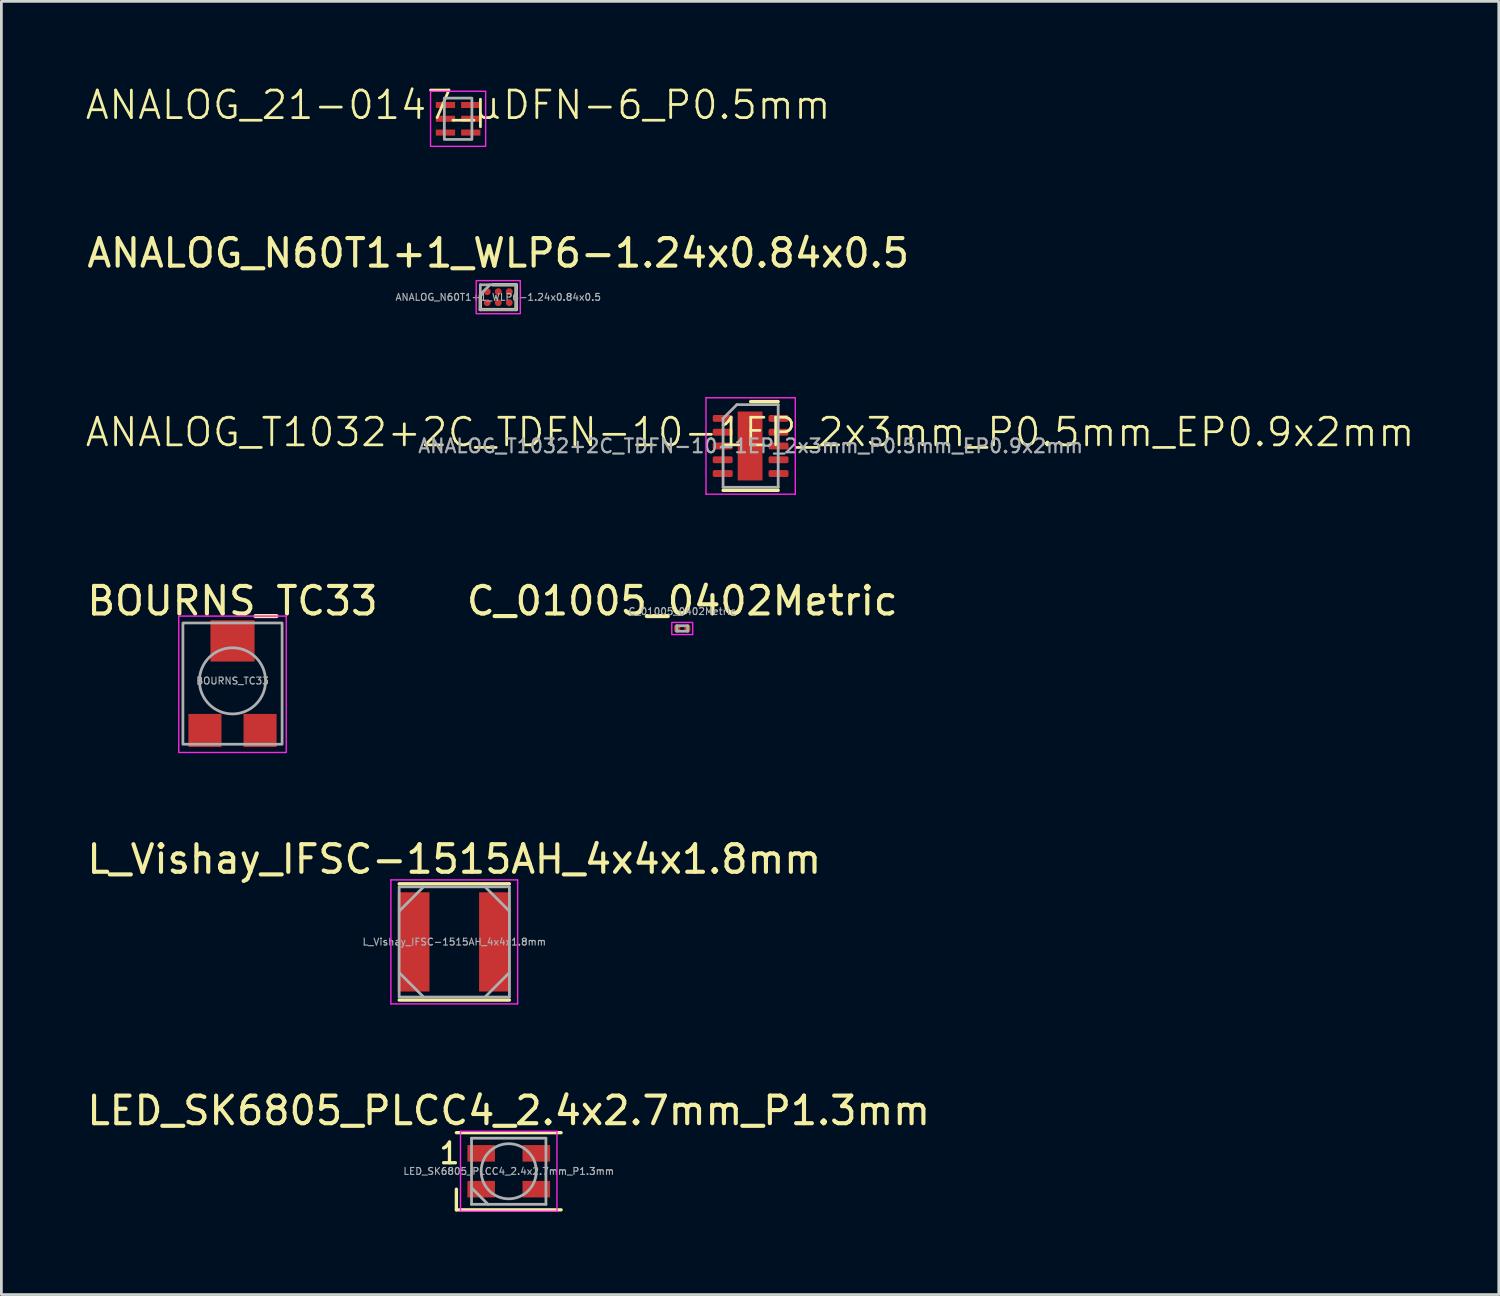
<source format=kicad_pcb>
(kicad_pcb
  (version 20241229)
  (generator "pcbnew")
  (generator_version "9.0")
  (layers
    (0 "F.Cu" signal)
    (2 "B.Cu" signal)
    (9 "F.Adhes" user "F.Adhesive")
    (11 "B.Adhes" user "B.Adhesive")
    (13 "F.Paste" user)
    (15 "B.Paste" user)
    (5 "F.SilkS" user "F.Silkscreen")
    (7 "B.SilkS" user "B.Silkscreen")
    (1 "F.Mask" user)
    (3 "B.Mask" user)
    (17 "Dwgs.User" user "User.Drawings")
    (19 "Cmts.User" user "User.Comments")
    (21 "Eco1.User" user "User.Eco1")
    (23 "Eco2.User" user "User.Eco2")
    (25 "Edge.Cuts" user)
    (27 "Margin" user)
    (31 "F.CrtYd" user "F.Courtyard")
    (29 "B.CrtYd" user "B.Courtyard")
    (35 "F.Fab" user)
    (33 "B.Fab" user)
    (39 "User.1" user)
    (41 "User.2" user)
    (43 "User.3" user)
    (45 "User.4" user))
  (footprint "ANALOG_N60T1+1_WLP6-1.24x0.84x0.5"
    (layer "F.Cu")
    (at 15.03 7.734)
    (property "Reference" "ANALOG_N60T1+1_WLP6-1.24x0.84x0.5" (at 0 -1.6 0) (unlocked yes) (layer "F.SilkS") (effects (font (size 1 1) (thickness 0.15))))
    (attr smd)
    (fp_line (start -0.65 0.45) (end -0.65 -0.05) (stroke (width 0.12) (type default)) (layer "F.SilkS"))
    (fp_line (start -0.2 -0.45) (end 0.65 -0.45) (stroke (width 0.12) (type default)) (layer "F.SilkS"))
    (fp_line (start 0.65 -0.45) (end 0.65 0.45) (stroke (width 0.12) (type default)) (layer "F.SilkS"))
    (fp_line (start 0.65 0.45) (end -0.65 0.45) (stroke (width 0.12) (type default)) (layer "F.SilkS"))
    (fp_rect (start -0.8 0.6) (end 0.8 -0.6) (stroke (width 0.05) (type default)) (fill no) (layer "F.CrtYd"))
    (fp_line (start -0.65 -0.45) (end 0.65 -0.45) (stroke (width 0.1) (type default)) (layer "F.Fab"))
    (fp_line (start -0.65 -0.1) (end -0.3 -0.45) (stroke (width 0.1) (type default)) (layer "F.Fab"))
    (fp_line (start -0.65 0.45) (end -0.65 -0.45) (stroke (width 0.1) (type default)) (layer "F.Fab"))
    (fp_line (start 0.65 -0.45) (end 0.65 0.45) (stroke (width 0.1) (type default)) (layer "F.Fab"))
    (fp_line (start 0.65 0.45) (end -0.65 0.45) (stroke (width 0.1) (type default)) (layer "F.Fab"))
    (fp_text user "${REFERENCE}" (at 0 0 0) (unlocked yes) (layer "F.Fab") (effects (font (size 0.25 0.25) (thickness 0.04))))
    (pad "A1" smd circle (at -0.4 -0.2 270) (size 0.25 0.25) (layers "F.Cu" "F.Mask" "F.Paste"))
    (pad "A2" smd circle (at 0 -0.2 270) (size 0.25 0.25) (layers "F.Cu" "F.Mask" "F.Paste"))
    (pad "A3" smd circle (at 0.4 -0.2 270) (size 0.25 0.25) (layers "F.Cu" "F.Mask" "F.Paste"))
    (pad "B1" smd circle (at -0.4 0.2 270) (size 0.25 0.25) (layers "F.Cu" "F.Mask" "F.Paste"))
    (pad "B2" smd circle (at 0 0.2 270) (size 0.25 0.25) (layers "F.Cu" "F.Mask" "F.Paste"))
    (pad "B3" smd circle (at 0.4 0.2 270) (size 0.25 0.25) (layers "F.Cu" "F.Mask" "F.Paste")))
  (footprint "ANALOG_T1032+2C_TDFN-10-1EP_2x3mm_P0.5mm_EP0.9x2mm"
    (layer "F.Cu")
    (at 24.169 13.134)
    (property "Reference" "ANALOG_T1032+2C_TDFN-10-1EP_2x3mm_P0.5mm_EP0.9x2mm" (at 0 -0.5 0) (unlocked yes) (layer "F.SilkS") (effects (font (size 1 1) (thickness 0.1))))
    (attr smd)
    (fp_line (start -0.98 1.61) (end 1.02 1.61) (stroke (width 0.12) (type solid)) (layer "F.SilkS"))
    (fp_line (start 0.02 -1.61) (end 1.02 -1.61) (stroke (width 0.12) (type solid)) (layer "F.SilkS"))
    (fp_line (start -1.6 -1.75) (end -1.6 1.75) (stroke (width 0.05) (type solid)) (layer "F.CrtYd"))
    (fp_line (start -1.6 1.75) (end 1.64 1.75) (stroke (width 0.05) (type solid)) (layer "F.CrtYd"))
    (fp_line (start 1.64 -1.75) (end -1.6 -1.75) (stroke (width 0.05) (type solid)) (layer "F.CrtYd"))
    (fp_line (start 1.64 1.75) (end 1.64 -1.75) (stroke (width 0.05) (type solid)) (layer "F.CrtYd"))
    (fp_line (start -0.98 -1) (end -0.48 -1.5) (stroke (width 0.1) (type solid)) (layer "F.Fab"))
    (fp_line (start -0.98 1.5) (end -0.98 -1) (stroke (width 0.1) (type solid)) (layer "F.Fab"))
    (fp_line (start -0.48 -1.5) (end 1.02 -1.5) (stroke (width 0.1) (type solid)) (layer "F.Fab"))
    (fp_line (start 1.02 -1.5) (end 1.02 1.5) (stroke (width 0.1) (type solid)) (layer "F.Fab"))
    (fp_line (start 1.02 1.5) (end -0.98 1.5) (stroke (width 0.1) (type solid)) (layer "F.Fab"))
    (fp_text user "${REFERENCE}" (at 0.02 0 0) (layer "F.Fab") (effects (font (size 0.5 0.5) (thickness 0.08))))
    (pad "" smd roundrect (at 0.02 -0.5) (size 0.73 0.81) (layers "F.Paste") (roundrect_rratio 0.25))
    (pad "" smd roundrect (at 0.02 0.5) (size 0.73 0.81) (layers "F.Paste") (roundrect_rratio 0.25))
    (pad "1" smd roundrect (at -0.993 -1) (size 0.725 0.25) (layers "F.Cu" "F.Mask" "F.Paste") (roundrect_rratio 0.25))
    (pad "2" smd roundrect (at -0.993 -0.5) (size 0.725 0.25) (layers "F.Cu" "F.Mask" "F.Paste") (roundrect_rratio 0.25))
    (pad "3" smd roundrect (at -0.993 0) (size 0.725 0.25) (layers "F.Cu" "F.Mask" "F.Paste") (roundrect_rratio 0.25))
    (pad "4" smd roundrect (at -0.993 0.5) (size 0.725 0.25) (layers "F.Cu" "F.Mask" "F.Paste") (roundrect_rratio 0.25))
    (pad "5" smd roundrect (at -0.993 1) (size 0.725 0.25) (layers "F.Cu" "F.Mask" "F.Paste") (roundrect_rratio 0.25))
    (pad "6" smd roundrect (at 1.032 1) (size 0.725 0.25) (layers "F.Cu" "F.Mask" "F.Paste") (roundrect_rratio 0.25))
    (pad "7" smd roundrect (at 1.032 0.5) (size 0.725 0.25) (layers "F.Cu" "F.Mask" "F.Paste") (roundrect_rratio 0.25))
    (pad "8" smd roundrect (at 1.032 0) (size 0.725 0.25) (layers "F.Cu" "F.Mask" "F.Paste") (roundrect_rratio 0.25))
    (pad "9" smd roundrect (at 1.032 -0.5) (size 0.725 0.25) (layers "F.Cu" "F.Mask" "F.Paste") (roundrect_rratio 0.25))
    (pad "10" smd roundrect (at 1.032 -1) (size 0.725 0.25) (layers "F.Cu" "F.Mask" "F.Paste") (roundrect_rratio 0.25))
    (pad "11" smd rect (at 0 0) (size 0.9 2.5) (layers "F.Cu" "F.Mask")))
  (footprint "L_Vishay_IFSC-1515AH_4x4x1.8mm"
    (layer "F.Cu")
    (at 13.435 31.13)
    (property "Reference" "L_Vishay_IFSC-1515AH_4x4x1.8mm" (at 0 -3 0) (layer "F.SilkS") (effects (font (size 1 1) (thickness 0.15))))
    (attr smd)
    (fp_line (start -2 -2.11) (end 2 -2.11) (stroke (width 0.12) (type solid)) (layer "F.SilkS"))
    (fp_line (start 2 2.11) (end -2 2.11) (stroke (width 0.12) (type solid)) (layer "F.SilkS"))
    (fp_line (start -2.3 -2.25) (end 2.3 -2.25) (stroke (width 0.05) (type solid)) (layer "F.CrtYd"))
    (fp_line (start -2.3 2.25) (end -2.3 -2.25) (stroke (width 0.05) (type solid)) (layer "F.CrtYd"))
    (fp_line (start 2.3 -2.25) (end 2.3 2.25) (stroke (width 0.05) (type solid)) (layer "F.CrtYd"))
    (fp_line (start 2.3 2.25) (end -2.3 2.25) (stroke (width 0.05) (type solid)) (layer "F.CrtYd"))
    (fp_line (start -2 -2) (end 2 -2) (stroke (width 0.1) (type solid)) (layer "F.Fab"))
    (fp_line (start -2 -1.115) (end -1.115 -2) (stroke (width 0.1) (type solid)) (layer "F.Fab"))
    (fp_line (start -2 2) (end -2 -2) (stroke (width 0.1) (type solid)) (layer "F.Fab"))
    (fp_line (start -1.115 2) (end -2 1.115) (stroke (width 0.1) (type solid)) (layer "F.Fab"))
    (fp_line (start 1.115 -2) (end 2 -1.115) (stroke (width 0.1) (type solid)) (layer "F.Fab"))
    (fp_line (start 2 -2) (end 2 2) (stroke (width 0.1) (type solid)) (layer "F.Fab"))
    (fp_line (start 2 1.115) (end 1.115 2) (stroke (width 0.1) (type solid)) (layer "F.Fab"))
    (fp_line (start 2 2) (end -2 2) (stroke (width 0.1) (type solid)) (layer "F.Fab"))
    (fp_text user "${REFERENCE}" (at 0 0 0) (unlocked yes) (layer "F.Fab") (effects (font (size 0.25 0.25) (thickness 0.04))))
    (pad "1" smd rect (at -1.475 0) (size 1.15 3.6) (layers "F.Cu" "F.Mask" "F.Paste"))
    (pad "2" smd rect (at 1.475 0) (size 1.15 3.6) (layers "F.Cu" "F.Mask" "F.Paste")))
  (footprint "LED_SK6805_PLCC4_2.4x2.7mm_P1.3mm"
    (layer "F.Cu")
    (at 15.411 39.453)
    (property "Reference" "LED_SK6805_PLCC4_2.4x2.7mm_P1.3mm" (at 0 -2.2 0) (layer "F.SilkS") (effects (font (size 1 1) (thickness 0.15))))
    (attr smd)
    (fp_line (start -1.9 -1.4) (end 1.9 -1.4) (stroke (width 0.12) (type solid)) (layer "F.SilkS"))
    (fp_line (start -1.9 1.4) (end -1.9 0.65) (stroke (width 0.12) (type solid)) (layer "F.SilkS"))
    (fp_line (start -1.9 1.4) (end 1.9 1.4) (stroke (width 0.12) (type solid)) (layer "F.SilkS"))
    (fp_line (start -1.75 -1.45) (end -1.75 1.45) (stroke (width 0.05) (type solid)) (layer "F.CrtYd"))
    (fp_line (start -1.75 1.45) (end 1.75 1.45) (stroke (width 0.05) (type solid)) (layer "F.CrtYd"))
    (fp_line (start 1.75 -1.45) (end -1.75 -1.45) (stroke (width 0.05) (type solid)) (layer "F.CrtYd"))
    (fp_line (start 1.75 1.45) (end 1.75 -1.45) (stroke (width 0.05) (type solid)) (layer "F.CrtYd"))
    (fp_line (start -1.35 -1.2) (end -1.35 1.2) (stroke (width 0.1) (type solid)) (layer "F.Fab"))
    (fp_line (start -1.35 0.6) (end -0.75 1.2) (stroke (width 0.1) (type solid)) (layer "F.Fab"))
    (fp_line (start -1.35 1.2) (end 1.35 1.2) (stroke (width 0.1) (type solid)) (layer "F.Fab"))
    (fp_line (start 1.35 -1.2) (end -1.35 -1.2) (stroke (width 0.1) (type solid)) (layer "F.Fab"))
    (fp_line (start 1.35 1.2) (end 1.35 -1.2) (stroke (width 0.1) (type solid)) (layer "F.Fab"))
    (fp_circle (center 0 0) (end 0 -1) (stroke (width 0.1) (type solid)) (fill no) (layer "F.Fab"))
    (fp_text user "1" (at -2.15 -0.65 0) (layer "F.SilkS") (effects (font (size 0.75 0.75) (thickness 0.12))))
    (fp_text user "${REFERENCE}" (at 0 0 0) (unlocked yes) (layer "F.Fab") (effects (font (size 0.25 0.25) (thickness 0.04))))
    (pad "1" smd rect (at -1 -0.65) (size 1 0.6) (layers "F.Cu" "F.Mask" "F.Paste"))
    (pad "2" smd rect (at -1 0.65) (size 1 0.6) (layers "F.Cu" "F.Mask" "F.Paste"))
    (pad "3" smd rect (at 1 0.65) (size 1 0.6) (layers "F.Cu" "F.Mask" "F.Paste"))
    (pad "4" smd rect (at 1 -0.65) (size 1 0.6) (layers "F.Cu" "F.Mask" "F.Paste")))
  (footprint "C_01005_0402Metric"
    (layer "F.Cu")
    (at 21.708 19.757)
    (property "Reference" "C_01005_0402Metric" (at 0 -1 0) (layer "F.SilkS") (effects (font (size 1 1) (thickness 0.15))))
    (attr smd)
    (fp_rect (start -0.38 -0.22) (end 0.38 0.22) (stroke (width 0.05) (type default)) (fill no) (layer "F.CrtYd"))
    (fp_line (start -0.2 -0.1) (end 0.2 -0.1) (stroke (width 0.1) (type solid)) (layer "F.Fab"))
    (fp_line (start -0.2 0.1) (end -0.2 -0.1) (stroke (width 0.1) (type solid)) (layer "F.Fab"))
    (fp_line (start 0.2 -0.1) (end 0.2 0.1) (stroke (width 0.1) (type solid)) (layer "F.Fab"))
    (fp_line (start 0.2 0.1) (end -0.2 0.1) (stroke (width 0.1) (type solid)) (layer "F.Fab"))
    (fp_text user "${REFERENCE}" (at 0 -0.62 0) (layer "F.Fab") (effects (font (size 0.25 0.25) (thickness 0.04))))
    (pad "" smd roundrect (at -0.201 0) (size 0.16 0.245) (layers "F.Paste") (roundrect_rratio 0.25))
    (pad "" smd roundrect (at 0.199 0.003) (size 0.16 0.245) (layers "F.Paste") (roundrect_rratio 0.25))
    (pad "1" smd roundrect (at -0.185 0) (size 0.22 0.25) (layers "F.Cu" "F.Mask") (roundrect_rratio 0.25))
    (pad "2" smd roundrect (at 0.185 0) (size 0.22 0.245) (layers "F.Cu" "F.Mask") (roundrect_rratio 0.25)))
  (footprint "BOURNS_TC33"
    (layer "F.Cu")
    (at 5.387 21.657)
    (property "Reference" "BOURNS_TC33" (at 0 -2.9 0) (unlocked yes) (layer "F.SilkS") (effects (font (size 1 1) (thickness 0.15))))
    (attr smd)
    (fp_rect (start -1.95 -2.35) (end 1.95 2.6) (stroke (width 0.05) (type default)) (fill no) (layer "F.CrtYd"))
    (fp_rect (start -1.8 -2.1) (end 1.8 2.3) (stroke (width 0.1) (type default)) (fill no) (layer "F.Fab"))
    (fp_circle (center 0 0) (end 0 1.2) (stroke (width 0.1) (type default)) (fill no) (layer "F.Fab"))
    (fp_text user "${REFERENCE}" (at 0 0 0) (unlocked yes) (layer "F.Fab") (effects (font (size 0.25 0.25) (thickness 0.04))))
    (pad "1" smd rect (at -1 1.8) (size 1.2 1.2) (layers "F.Cu" "F.Mask" "F.Paste"))
    (pad "2" smd rect (at 0 -1.45) (size 1.6 1.5) (layers "F.Cu" "F.Mask" "F.Paste"))
    (pad "3" smd rect (at 1 1.8) (size 1.2 1.2) (layers "F.Cu" "F.Mask" "F.Paste")))
  (footprint "ANALOG_21-0147_µDFN-6_P0.5mm"
    (layer "F.Cu")
    (at 13.574 1.26)
    (property "Reference" "ANALOG_21-0147_µDFN-6_P0.5mm" (at 0 -0.5 0) (unlocked yes) (layer "F.SilkS") (effects (font (size 1 1) (thickness 0.1))))
    (attr smd)
    (fp_rect (start -1 -1) (end 1 1) (stroke (width 0.05) (type default)) (fill no) (layer "F.CrtYd"))
    (fp_rect (start -0.5 -0.75) (end 0.5 0.75) (stroke (width 0.1) (type default)) (fill no) (layer "F.Fab"))
    (pad "1" smd rect (at -0.46 -0.5) (size 0.7 0.22) (layers "F.Cu" "F.Mask" "F.Paste"))
    (pad "2" smd rect (at -0.46 0) (size 0.7 0.22) (layers "F.Cu" "F.Mask" "F.Paste"))
    (pad "3" smd rect (at -0.46 0.5) (size 0.7 0.22) (layers "F.Cu" "F.Mask" "F.Paste"))
    (pad "4" smd rect (at 0.46 0.5) (size 0.7 0.22) (layers "F.Cu" "F.Mask" "F.Paste"))
    (pad "5" smd rect (at 0.46 0) (size 0.7 0.22) (layers "F.Cu" "F.Mask" "F.Paste"))
    (pad "6" smd rect (at 0.46 -0.5) (size 0.7 0.22) (layers "F.Cu" "F.Mask" "F.Paste")))
  (gr_rect
    (start -3 -3)
    (end 51.338 43.928)
    (stroke (width 0.1) (type default))
    (fill no)
    (layer "Edge.Cuts")))
</source>
